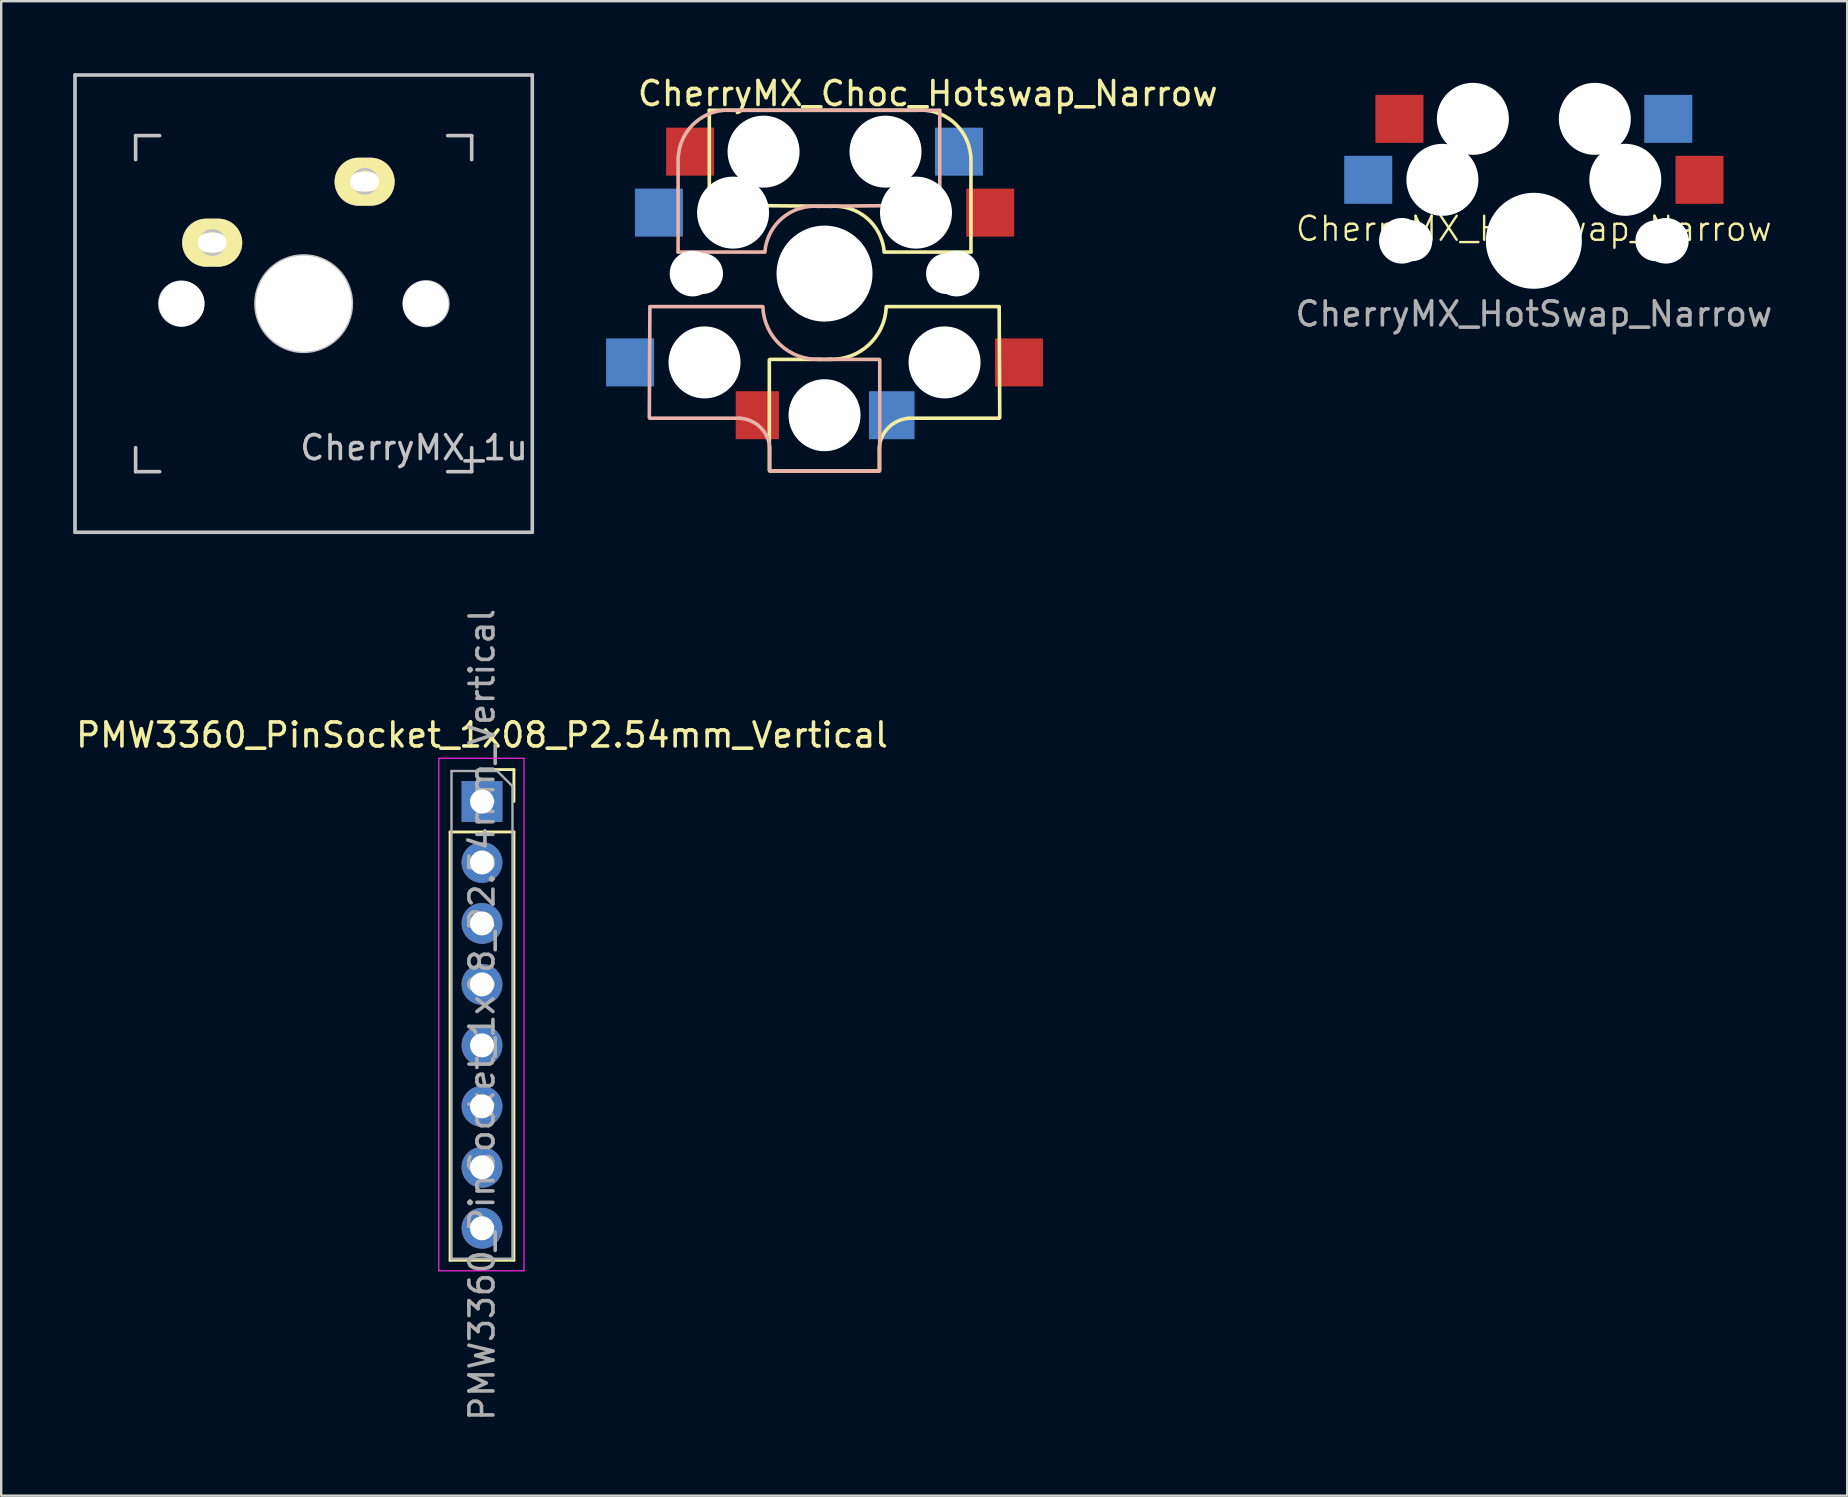
<source format=kicad_pcb>
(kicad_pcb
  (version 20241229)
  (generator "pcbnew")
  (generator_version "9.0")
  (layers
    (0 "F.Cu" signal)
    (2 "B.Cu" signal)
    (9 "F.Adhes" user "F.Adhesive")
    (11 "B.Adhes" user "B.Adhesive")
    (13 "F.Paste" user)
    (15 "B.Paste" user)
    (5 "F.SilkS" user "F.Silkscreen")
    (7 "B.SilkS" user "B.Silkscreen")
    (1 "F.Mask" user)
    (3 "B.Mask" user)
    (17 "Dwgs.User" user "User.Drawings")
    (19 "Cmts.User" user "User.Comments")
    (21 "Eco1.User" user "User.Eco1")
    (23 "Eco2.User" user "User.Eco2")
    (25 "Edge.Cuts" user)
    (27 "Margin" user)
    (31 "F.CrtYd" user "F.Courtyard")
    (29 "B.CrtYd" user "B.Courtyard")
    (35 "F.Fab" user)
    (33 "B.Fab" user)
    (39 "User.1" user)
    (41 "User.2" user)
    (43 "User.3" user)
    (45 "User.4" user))
  (footprint "PMW3360_PinSocket_1x08_P2.54mm_Vertical"
    (layer "F.Cu")
    (at 17.03 30.34)
    (property "Reference" "PMW3360_PinSocket_1x08_P2.54mm_Vertical" (at 0 -2.77 0) (layer "F.SilkS") (effects (font (size 1 1) (thickness 0.15))))
    (attr through_hole)
    (fp_line (start -1.33 1.27) (end -1.33 19.11) (stroke (width 0.12) (type solid)) (layer "F.SilkS"))
    (fp_line (start -1.33 1.27) (end 1.33 1.27) (stroke (width 0.12) (type solid)) (layer "F.SilkS"))
    (fp_line (start -1.33 19.11) (end 1.33 19.11) (stroke (width 0.12) (type solid)) (layer "F.SilkS"))
    (fp_line (start 0 -1.33) (end 1.33 -1.33) (stroke (width 0.12) (type solid)) (layer "F.SilkS"))
    (fp_line (start 1.33 -1.33) (end 1.33 0) (stroke (width 0.12) (type solid)) (layer "F.SilkS"))
    (fp_line (start 1.33 1.27) (end 1.33 19.11) (stroke (width 0.12) (type solid)) (layer "F.SilkS"))
    (fp_line (start -1.8 -1.8) (end 1.75 -1.8) (stroke (width 0.05) (type solid)) (layer "F.CrtYd"))
    (fp_line (start -1.8 19.55) (end -1.8 -1.8) (stroke (width 0.05) (type solid)) (layer "F.CrtYd"))
    (fp_line (start 1.75 -1.8) (end 1.75 19.55) (stroke (width 0.05) (type solid)) (layer "F.CrtYd"))
    (fp_line (start 1.75 19.55) (end -1.8 19.55) (stroke (width 0.05) (type solid)) (layer "F.CrtYd"))
    (fp_line (start -1.27 -1.27) (end 0.635 -1.27) (stroke (width 0.1) (type solid)) (layer "F.Fab"))
    (fp_line (start -1.27 19.05) (end -1.27 -1.27) (stroke (width 0.1) (type solid)) (layer "F.Fab"))
    (fp_line (start 0.635 -1.27) (end 1.27 -0.635) (stroke (width 0.1) (type solid)) (layer "F.Fab"))
    (fp_line (start 1.27 -0.635) (end 1.27 19.05) (stroke (width 0.1) (type solid)) (layer "F.Fab"))
    (fp_line (start 1.27 19.05) (end -1.27 19.05) (stroke (width 0.1) (type solid)) (layer "F.Fab"))
    (fp_text user "${REFERENCE}" (at 0 8.89 90) (layer "F.Fab") (effects (font (size 1 1) (thickness 0.15))))
    (pad "1" thru_hole rect (at 0 0) (size 1.7 1.7) (drill 1) (layers "*.Cu" "*.Mask"))
    (pad "2" thru_hole oval (at 0 2.54) (size 1.7 1.7) (drill 1) (layers "*.Cu" "*.Mask"))
    (pad "3" thru_hole oval (at 0 5.08) (size 1.7 1.7) (drill 1) (layers "*.Cu" "*.Mask"))
    (pad "4" thru_hole oval (at 0 7.62) (size 1.7 1.7) (drill 1) (layers "*.Cu" "*.Mask"))
    (pad "5" thru_hole oval (at 0 10.16) (size 1.7 1.7) (drill 1) (layers "*.Cu" "*.Mask"))
    (pad "6" thru_hole oval (at 0 12.7) (size 1.7 1.7) (drill 1) (layers "*.Cu" "*.Mask"))
    (pad "7" thru_hole oval (at 0 15.24) (size 1.7 1.7) (drill 1) (layers "*.Cu" "*.Mask"))
    (pad "8" thru_hole oval (at 0 17.78) (size 1.7 1.7) (drill 1) (layers "*.Cu" "*.Mask")))
  (footprint "CherryMX_HotSwap_Narrow"
    (layer "F.Cu")
    (at 60.85 6.981)
    (property "Reference" "CherryMX_HotSwap_Narrow" (at 0 -0.5 0) (unlocked yes) (layer "F.SilkS") (effects (font (size 1 1) (thickness 0.1))))
    (attr smd)
    (fp_line (start -6.98 -6.98) (end -6.98 6.98) (stroke (width 0.001) (type solid)) (layer "User.2"))
    (fp_line (start -6.98 -6.98) (end 6.98 -6.98) (stroke (width 0.001) (type solid)) (layer "User.2"))
    (fp_line (start -6.98 6.98) (end 6.98 6.98) (stroke (width 0.001) (type solid)) (layer "User.2"))
    (fp_line (start 6.98 -6.98) (end 6.98 6.98) (stroke (width 0.001) (type solid)) (layer "User.2"))
    (fp_text user "${REFERENCE}" (at 0 3.048 0) (unlocked yes) (layer "F.Fab") (effects (font (size 1 1) (thickness 0.15))))
    (pad "" np_thru_hole circle (at -5.5 0 90) (size 1.9 1.9) (drill 1.9) (layers "*.Cu" "*.Mask"))
    (pad "" np_thru_hole circle (at -5.08 0) (size 1.7 1.7) (drill 1.7) (layers "*.Cu" "*.Mask"))
    (pad "" np_thru_hole circle (at -3.81 -2.54 180) (size 3 3) (drill 3) (layers "*.Cu" "*.Mask"))
    (pad "" np_thru_hole circle (at -2.54 -5.08 180) (size 3 3) (drill 3) (layers "*.Cu" "*.Mask"))
    (pad "" np_thru_hole circle (at 0 0 90) (size 4 4) (drill 4) (layers "*.Cu" "*.Mask"))
    (pad "" np_thru_hole circle (at 2.54 -5.08 180) (size 3 3) (drill 3) (layers "*.Cu" "*.Mask"))
    (pad "" np_thru_hole circle (at 3.81 -2.54 180) (size 3 3) (drill 3) (layers "*.Cu" "*.Mask"))
    (pad "" np_thru_hole circle (at 5.08 0) (size 1.7 1.7) (drill 1.7) (layers "*.Cu" "*.Mask"))
    (pad "" np_thru_hole circle (at 5.5 0 90) (size 1.9 1.9) (drill 1.9) (layers "*.Cu" "*.Mask"))
    (pad "1" smd rect (at -6.9 -2.54 180) (size 2 2) (layers "B.Cu" "B.Mask" "B.Paste"))
    (pad "1" smd rect (at -5.6 -5.08 180) (size 2 2) (layers "F.Cu" "F.Mask" "F.Paste"))
    (pad "2" smd rect (at 5.6 -5.08 180) (size 2 2) (layers "B.Cu" "B.Mask" "B.Paste"))
    (pad "2" smd rect (at 6.9 -2.54 180) (size 2 2) (layers "F.Cu" "F.Mask" "F.Paste")))
  (footprint "CherryMX_1u"
    (layer "F.Cu")
    (at 9.6 9.6)
    (property "Reference" "CherryMX_1u" (at 4.6 6 180) (layer "Dwgs.User") (effects (font (size 1 1) (thickness 0.15))))
    (attr through_hole)
    (fp_line (start -9.525 -9.525) (end 9.525 -9.525) (stroke (width 0.15) (type solid)) (layer "Dwgs.User"))
    (fp_line (start -9.525 9.525) (end -9.525 -9.525) (stroke (width 0.15) (type solid)) (layer "Dwgs.User"))
    (fp_line (start -7 -7) (end -6 -7) (stroke (width 0.15) (type solid)) (layer "Dwgs.User"))
    (fp_line (start -7 -6) (end -7 -7) (stroke (width 0.15) (type solid)) (layer "Dwgs.User"))
    (fp_line (start -7 6) (end -7 7) (stroke (width 0.15) (type solid)) (layer "Dwgs.User"))
    (fp_line (start -6 7) (end -7 7) (stroke (width 0.15) (type solid)) (layer "Dwgs.User"))
    (fp_line (start 6 7) (end 7 7) (stroke (width 0.15) (type solid)) (layer "Dwgs.User"))
    (fp_line (start 7 -7) (end 6 -7) (stroke (width 0.15) (type solid)) (layer "Dwgs.User"))
    (fp_line (start 7 -6) (end 7 -7) (stroke (width 0.15) (type solid)) (layer "Dwgs.User"))
    (fp_line (start 7 7) (end 7 6) (stroke (width 0.15) (type solid)) (layer "Dwgs.User"))
    (fp_line (start 9.525 -9.525) (end 9.525 9.525) (stroke (width 0.15) (type solid)) (layer "Dwgs.User"))
    (fp_line (start 9.525 9.525) (end -9.525 9.525) (stroke (width 0.15) (type solid)) (layer "Dwgs.User"))
    (fp_circle (center -5.1 0) (end -4.2 0.1) (stroke (width 0.12) (type solid)) (fill no) (layer "Dwgs.User"))
    (fp_circle (center -3.8 -2.546) (end -3.3 -2.546) (stroke (width 0.12) (type solid)) (fill no) (layer "Dwgs.User"))
    (fp_circle (center 0 0) (end 2 -0.1) (stroke (width 0.12) (type solid)) (fill no) (layer "Dwgs.User"))
    (fp_circle (center 2.55 -5.1) (end 3.05 -5.1) (stroke (width 0.12) (type solid)) (fill no) (layer "Dwgs.User"))
    (fp_circle (center 5.1 0) (end 6 -0.2) (stroke (width 0.12) (type solid)) (fill no) (layer "Dwgs.User"))
    (pad "" np_thru_hole circle (at -5.08 0 90) (size 1.9 1.9) (drill 1.9) (layers "*.Cu" "*.Mask"))
    (pad "" np_thru_hole circle (at 0 0 90) (size 4 4) (drill 4) (layers "*.Cu" "*.Mask"))
    (pad "" np_thru_hole circle (at 5.08 0 90) (size 1.9 1.9) (drill 1.9) (layers "*.Cu" "*.Mask"))
    (pad "1" thru_hole oval (at -3.81 -2.54) (size 2.5 2) (drill oval 1.2 0.8) (layers "*.Cu" "B.Mask" "F.SilkS"))
    (pad "2" thru_hole oval (at 2.54 -5.08) (size 2.5 2) (drill oval 1.2 0.8) (layers "*.Cu" "B.Mask" "F.SilkS")))
  (footprint "CherryMX_Choc_Hotswap_Narrow"
    (layer "F.Cu")
    (at 31.3 8.348)
    (property "Reference" "CherryMX_Choc_Hotswap_Narrow" (at 4.3 -7.5 0) (layer "F.SilkS") (effects (font (size 1 1) (thickness 0.15))))
    (attr through_hole)
    (fp_line (start -4.8 -6.804) (end 3.825 -6.804) (stroke (width 0.15) (type solid)) (layer "F.SilkS"))
    (fp_line (start -4.8 -2.896) (end -4.8 -6.804) (stroke (width 0.15) (type solid)) (layer "F.SilkS"))
    (fp_line (start -4.8 -2.85) (end 0.25 -2.804) (stroke (width 0.15) (type solid)) (layer "F.SilkS"))
    (fp_line (start -2.3 3.6) (end -2.3 8.2) (stroke (width 0.15) (type solid)) (layer "F.SilkS"))
    (fp_line (start -2.275 3.575) (end 0.275 3.575) (stroke (width 0.15) (type solid)) (layer "F.SilkS"))
    (fp_line (start -2.275 8.225) (end 2.275 8.225) (stroke (width 0.15) (type solid)) (layer "F.SilkS"))
    (fp_line (start 2.28 7.5) (end 2.28 8.2) (stroke (width 0.15) (type solid)) (layer "F.SilkS"))
    (fp_line (start 2.575 1.375) (end 7.275 1.375) (stroke (width 0.15) (type solid)) (layer "F.SilkS"))
    (fp_line (start 3.5 6.025) (end 7.275 6.025) (stroke (width 0.15) (type solid)) (layer "F.SilkS"))
    (fp_line (start 6.1 -4.85) (end 6.1 -0.905) (stroke (width 0.15) (type solid)) (layer "F.SilkS"))
    (fp_line (start 6.1 -0.896) (end 2.49 -0.896) (stroke (width 0.15) (type solid)) (layer "F.SilkS"))
    (fp_line (start 7.275 1.4) (end 7.3 6) (stroke (width 0.15) (type solid)) (layer "F.SilkS"))
    (fp_arc (start 0.225 -2.8) (mid 1.744361 -2.328061) (end 2.485 -0.92) (stroke (width 0.15) (type solid)) (layer "F.SilkS"))
    (fp_arc (start 2.28 7.45) (mid 2.595908 6.48733) (end 3.5 6.03) (stroke (width 0.15) (type solid)) (layer "F.SilkS"))
    (fp_arc (start 2.57 1.4) (mid 1.834422 2.975843) (end 0.2 3.57) (stroke (width 0.15) (type solid)) (layer "F.SilkS"))
    (fp_arc (start 3.825 -6.804) (mid 5.347189 -6.33089) (end 6.089 -4.92) (stroke (width 0.15) (type solid)) (layer "F.SilkS"))
    (fp_line (start -7.275 1.4) (end -7.3 6) (stroke (width 0.15) (type solid)) (layer "B.SilkS"))
    (fp_line (start -6.1 -4.85) (end -6.1 -0.905) (stroke (width 0.15) (type solid)) (layer "B.SilkS"))
    (fp_line (start -6.1 -0.896) (end -2.49 -0.896) (stroke (width 0.15) (type solid)) (layer "B.SilkS"))
    (fp_line (start -3.5 6.025) (end -7.275 6.025) (stroke (width 0.15) (type solid)) (layer "B.SilkS"))
    (fp_line (start -2.575 1.375) (end -7.275 1.375) (stroke (width 0.15) (type solid)) (layer "B.SilkS"))
    (fp_line (start -2.28 7.5) (end -2.28 8.2) (stroke (width 0.15) (type solid)) (layer "B.SilkS"))
    (fp_line (start 2.275 3.575) (end -0.275 3.575) (stroke (width 0.15) (type solid)) (layer "B.SilkS"))
    (fp_line (start 2.275 8.225) (end -2.275 8.225) (stroke (width 0.15) (type solid)) (layer "B.SilkS"))
    (fp_line (start 2.3 3.6) (end 2.3 8.2) (stroke (width 0.15) (type solid)) (layer "B.SilkS"))
    (fp_line (start 4.8 -6.804) (end -3.825 -6.804) (stroke (width 0.15) (type solid)) (layer "B.SilkS"))
    (fp_line (start 4.8 -2.896) (end 4.8 -6.804) (stroke (width 0.15) (type solid)) (layer "B.SilkS"))
    (fp_line (start 4.8 -2.85) (end -0.25 -2.804) (stroke (width 0.15) (type solid)) (layer "B.SilkS"))
    (fp_arc (start -6.089 -4.92) (mid -5.347189 -6.33089) (end -3.825 -6.804) (stroke (width 0.15) (type solid)) (layer "B.SilkS"))
    (fp_arc (start -3.5 6.03) (mid -2.595908 6.48733) (end -2.28 7.45) (stroke (width 0.15) (type solid)) (layer "B.SilkS"))
    (fp_arc (start -2.485 -0.92) (mid -1.744361 -2.328061) (end -0.225 -2.8) (stroke (width 0.15) (type solid)) (layer "B.SilkS"))
    (fp_arc (start -0.2 3.57) (mid -1.834422 2.975843) (end -2.57 1.4) (stroke (width 0.15) (type solid)) (layer "B.SilkS"))
    (fp_line (start -6.98 -6.98) (end -6.98 6.98) (stroke (width 0.001) (type solid)) (layer "Cmts.User"))
    (fp_line (start -6.98 -6.98) (end 6.98 -6.98) (stroke (width 0.001) (type solid)) (layer "Cmts.User"))
    (fp_line (start -6.98 6.98) (end 6.98 6.98) (stroke (width 0.001) (type solid)) (layer "Cmts.User"))
    (fp_line (start 6.98 -6.98) (end 6.98 6.98) (stroke (width 0.001) (type solid)) (layer "Cmts.User"))
    (pad "" np_thru_hole circle (at -5.5 0 90) (size 1.9 1.9) (drill 1.9) (layers "*.Cu" "*.Mask"))
    (pad "" np_thru_hole circle (at -5.08 0) (size 1.7 1.7) (drill 1.7) (layers "*.Cu" "*.Mask"))
    (pad "" np_thru_hole circle (at -5 3.7 90) (size 3 3) (drill 3) (layers "*.Cu" "*.Mask"))
    (pad "" np_thru_hole circle (at -3.81 -2.54 180) (size 3 3) (drill 3) (layers "*.Cu" "*.Mask"))
    (pad "" np_thru_hole circle (at -2.54 -5.08 180) (size 3 3) (drill 3) (layers "*.Cu" "*.Mask"))
    (pad "" np_thru_hole circle (at 0 0 90) (size 4 4) (drill 4) (layers "*.Cu" "*.Mask"))
    (pad "" np_thru_hole circle (at 0 5.9 90) (size 3 3) (drill 3) (layers "*.Cu" "*.Mask"))
    (pad "" np_thru_hole circle (at 2.54 -5.08 180) (size 3 3) (drill 3) (layers "*.Cu" "*.Mask"))
    (pad "" np_thru_hole circle (at 3.81 -2.54 180) (size 3 3) (drill 3) (layers "*.Cu" "*.Mask"))
    (pad "" np_thru_hole circle (at 5 3.7 270) (size 3 3) (drill 3) (layers "*.Cu" "*.Mask"))
    (pad "" np_thru_hole circle (at 5.08 0) (size 1.7 1.7) (drill 1.7) (layers "*.Cu" "*.Mask"))
    (pad "" np_thru_hole circle (at 5.5 0 90) (size 1.9 1.9) (drill 1.9) (layers "*.Cu" "*.Mask"))
    (pad "1" smd rect (at -8.1 3.7 180) (size 2 2) (layers "B.Cu" "B.Mask" "B.Paste"))
    (pad "1" smd rect (at -6.9 -2.54 180) (size 2 2) (layers "B.Cu" "B.Mask" "B.Paste"))
    (pad "1" smd rect (at -5.6 -5.08 180) (size 2 2) (layers "F.Cu" "F.Mask" "F.Paste"))
    (pad "1" smd rect (at 8.1 3.7 180) (size 2 2) (layers "F.Cu" "F.Mask" "F.Paste"))
    (pad "2" smd rect (at -2.8 5.9 180) (size 1.8 2) (layers "F.Cu" "F.Mask" "F.Paste"))
    (pad "2" smd rect (at 2.8 5.9 180) (size 1.9 2) (layers "B.Cu" "B.Mask" "B.Paste"))
    (pad "2" smd rect (at 5.6 -5.08 180) (size 2 2) (layers "B.Cu" "B.Mask" "B.Paste"))
    (pad "2" smd rect (at 6.9 -2.54 180) (size 2 2) (layers "F.Cu" "F.Mask" "F.Paste")))
  (gr_rect
    (start -3 -3)
    (end 73.904 59.26)
    (stroke (width 0.1) (type default))
    (fill no)
    (layer "Edge.Cuts")))
</source>
